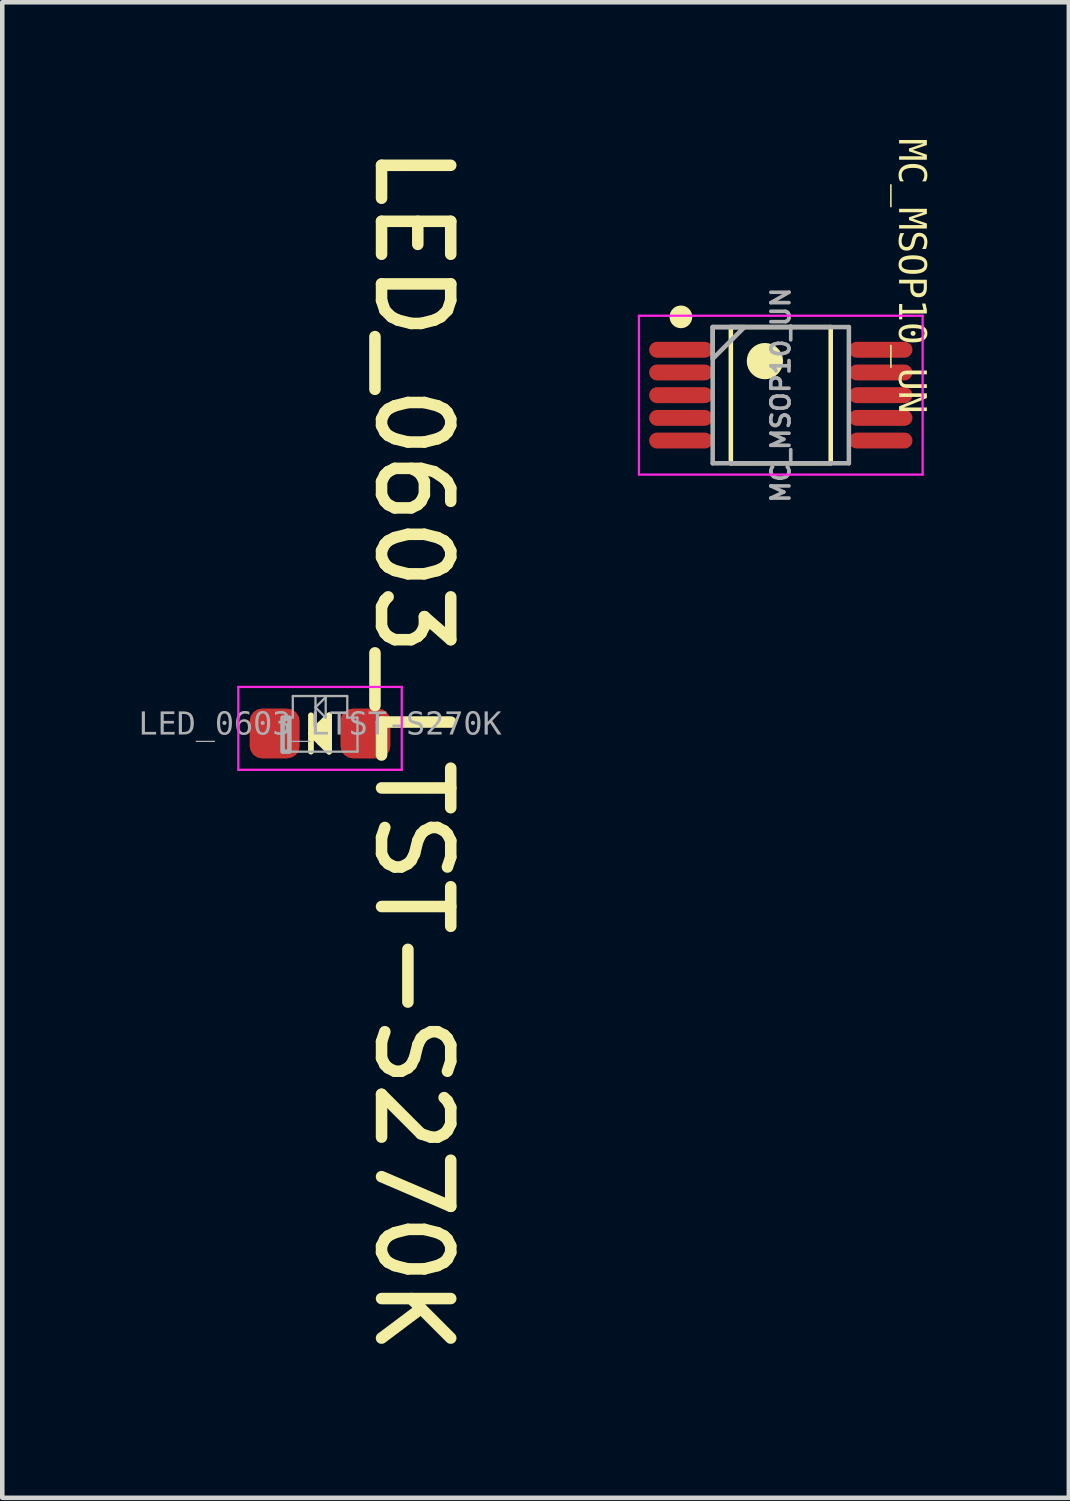
<source format=kicad_pcb>
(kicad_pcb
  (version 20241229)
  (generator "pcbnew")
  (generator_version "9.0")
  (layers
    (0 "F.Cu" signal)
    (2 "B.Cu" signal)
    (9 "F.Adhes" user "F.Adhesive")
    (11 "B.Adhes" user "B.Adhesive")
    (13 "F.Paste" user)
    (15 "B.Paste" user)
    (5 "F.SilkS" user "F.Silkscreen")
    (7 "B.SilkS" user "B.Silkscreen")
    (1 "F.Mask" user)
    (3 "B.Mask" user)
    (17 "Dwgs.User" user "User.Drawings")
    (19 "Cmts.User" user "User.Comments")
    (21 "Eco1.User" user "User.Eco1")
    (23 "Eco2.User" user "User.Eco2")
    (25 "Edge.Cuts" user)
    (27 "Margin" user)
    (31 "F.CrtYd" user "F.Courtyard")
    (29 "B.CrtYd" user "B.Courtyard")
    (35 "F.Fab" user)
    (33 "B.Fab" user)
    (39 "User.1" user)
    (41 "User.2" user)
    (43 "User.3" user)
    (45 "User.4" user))
  (footprint "LED_0603_LTST-S270K"
    (layer "F.Cu")
    (at 4 13.108)
    (property "Reference" "LED_0603_LTST-S270K" (at 2.047 0.365 270) (unlocked yes) (layer "F.SilkS") (effects (font (size 1.524 1.524) (thickness 0.254))))
    (fp_line (start -0.2 -0.4) (end -0.2 0.4) (stroke (width 0.127) (type solid)) (layer "F.SilkS"))
    (fp_line (start -0.2 0) (end 0.2 0.4) (stroke (width 0.127) (type solid)) (layer "F.SilkS"))
    (fp_line (start -0.1 -0.1) (end -0.1 0.1) (stroke (width 0.127) (type solid)) (layer "F.SilkS"))
    (fp_line (start 0 -0.2) (end 0 0.2) (stroke (width 0.127) (type solid)) (layer "F.SilkS"))
    (fp_line (start 0.1 -0.225) (end 0.1 0.25) (stroke (width 0.127) (type solid)) (layer "F.SilkS"))
    (fp_line (start 0.2 -0.4) (end -0.2 0) (stroke (width 0.127) (type solid)) (layer "F.SilkS"))
    (fp_line (start 0.2 -0.4) (end 0.2 0.4) (stroke (width 0.127) (type solid)) (layer "F.SilkS"))
    (fp_line (start -1.8 -1.025) (end -1.8 0.8) (stroke (width 0.05) (type solid)) (layer "F.CrtYd"))
    (fp_line (start -1.8 -1.025) (end 1.8 -1.025) (stroke (width 0.05) (type solid)) (layer "F.CrtYd"))
    (fp_line (start -1.8 0.8) (end 1.8 0.8) (stroke (width 0.05) (type solid)) (layer "F.CrtYd"))
    (fp_line (start 1.8 -1.025) (end 1.8 0.8) (stroke (width 0.05) (type solid)) (layer "F.CrtYd"))
    (fp_line (start -0.825 -0.35) (end -0.825 0.4) (stroke (width 0.05) (type solid)) (layer "F.Fab"))
    (fp_line (start -0.825 -0.35) (end -0.6 -0.35) (stroke (width 0.05) (type solid)) (layer "F.Fab"))
    (fp_line (start -0.825 0.4) (end 0.825 0.4) (stroke (width 0.05) (type solid)) (layer "F.Fab"))
    (fp_line (start -0.6 -0.825) (end -0.6 -0.35) (stroke (width 0.05) (type solid)) (layer "F.Fab"))
    (fp_line (start -0.6 -0.825) (end 0 -0.825) (stroke (width 0.05) (type solid)) (layer "F.Fab"))
    (fp_line (start -0.1 -0.825) (end -0.1 -0.35) (stroke (width 0.05) (type solid)) (layer "F.Fab"))
    (fp_line (start -0.1 -0.575) (end 0.125 -0.35) (stroke (width 0.05) (type solid)) (layer "F.Fab"))
    (fp_line (start 0 -0.825) (end 0.6 -0.825) (stroke (width 0.05) (type solid)) (layer "F.Fab"))
    (fp_line (start 0.125 -0.825) (end 0.125 -0.35) (stroke (width 0.05) (type solid)) (layer "F.Fab"))
    (fp_line (start 0.125 -0.8) (end -0.1 -0.575) (stroke (width 0.05) (type solid)) (layer "F.Fab"))
    (fp_line (start 0.6 -0.825) (end 0.6 -0.35) (stroke (width 0.05) (type solid)) (layer "F.Fab"))
    (fp_line (start 0.6 -0.35) (end 0.825 -0.35) (stroke (width 0.05) (type solid)) (layer "F.Fab"))
    (fp_line (start 0.825 -0.35) (end 0.825 0.4) (stroke (width 0.05) (type solid)) (layer "F.Fab"))
    (fp_rect (start -0.825 0.4) (end -0.675 -0.35) (stroke (width 0.1) (type default)) (fill no) (layer "F.Fab"))
    (fp_text user "${REFERENCE}" (at 0.000005 -0.184 0) (unlocked yes) (layer "F.Fab") (effects (font (face "Consolas") (size 0.5 0.5) (thickness 0.254))))
    (pad "1" smd roundrect (at -1 0) (size 1.1 1.1) (layers "F.Cu" "F.Mask" "F.Paste") (roundrect_rratio 0.25))
    (pad "2" smd roundrect (at 1 0) (size 1.1 1.1) (layers "F.Cu" "F.Mask" "F.Paste") (roundrect_rratio 0.25)))
  (footprint "MC_MSOP10_UN"
    (layer "F.Cu")
    (at 14.15 5.655)
    (property "Reference" "MC_MSOP10_UN" (at 2.855 -2.624 270) (unlocked yes) (layer "F.SilkS") (effects (font (face "Consolas") (size 0.6 0.6) (thickness 0.15))))
    (attr smd)
    (fp_line (start -1.1 -1.5) (end -1.1 1.5) (stroke (width 0.1) (type solid)) (layer "F.SilkS"))
    (fp_line (start -1.1 -1.5) (end 1.1 -1.5) (stroke (width 0.1) (type solid)) (layer "F.SilkS"))
    (fp_line (start -1.1 1.5) (end 1.1 1.5) (stroke (width 0.1) (type solid)) (layer "F.SilkS"))
    (fp_line (start 1.1 -1.5) (end 1.1 1.5) (stroke (width 0.1) (type solid)) (layer "F.SilkS"))
    (fp_circle (center -2.2 -1.725) (end -2.075 -1.725) (stroke (width 0.25) (type solid)) (fill no) (layer "F.SilkS"))
    (fp_circle (center -0.35 -0.75) (end -0.15 -0.75) (stroke (width 0.4) (type solid)) (fill no) (layer "F.SilkS"))
    (fp_line (start -3.125 -1.75) (end -3.125 1.75) (stroke (width 0.05) (type solid)) (layer "F.CrtYd"))
    (fp_line (start -3.125 -1.75) (end 3.125 -1.75) (stroke (width 0.05) (type solid)) (layer "F.CrtYd"))
    (fp_line (start -3.125 1.75) (end 3.125 1.75) (stroke (width 0.05) (type solid)) (layer "F.CrtYd"))
    (fp_line (start 3.125 -1.75) (end 3.125 1.75) (stroke (width 0.05) (type solid)) (layer "F.CrtYd"))
    (fp_line (start -1.5 -1.5) (end -1.5 1.5) (stroke (width 0.1) (type solid)) (layer "F.Fab"))
    (fp_line (start -1.5 -1.5) (end 1.5 -1.5) (stroke (width 0.1) (type solid)) (layer "F.Fab"))
    (fp_line (start -1.5 1.5) (end 1.5 1.5) (stroke (width 0.1) (type solid)) (layer "F.Fab"))
    (fp_line (start 1.5 -1.5) (end 1.5 1.5) (stroke (width 0.1) (type solid)) (layer "F.Fab"))
    (fp_poly (pts (xy -1.5 -0.8) (xy -0.8 -1.5) (xy -1.5 -1.5)) (stroke (width 0.1) (type default)) (fill no) (layer "F.Fab"))
    (fp_text user "${REFERENCE}" (at 0 0 90) (unlocked yes) (layer "F.Fab") (effects (font (size 0.4 0.4) (thickness 0.08) (bold yes))))
    (pad "1" smd oval (at -2.2 -1 90) (size 0.35 1.4) (layers "F.Cu" "F.Mask" "F.Paste"))
    (pad "2" smd oval (at -2.2 -0.5 90) (size 0.35 1.4) (layers "F.Cu" "F.Mask" "F.Paste"))
    (pad "3" smd oval (at -2.2 0 90) (size 0.35 1.4) (layers "F.Cu" "F.Mask" "F.Paste"))
    (pad "4" smd oval (at -2.2 0.5 90) (size 0.35 1.4) (layers "F.Cu" "F.Mask" "F.Paste"))
    (pad "5" smd oval (at -2.2 1 90) (size 0.35 1.4) (layers "F.Cu" "F.Mask" "F.Paste"))
    (pad "6" smd oval (at 2.2 1 90) (size 0.35 1.4) (layers "F.Cu" "F.Mask" "F.Paste"))
    (pad "7" smd oval (at 2.2 0.5 90) (size 0.35 1.4) (layers "F.Cu" "F.Mask" "F.Paste"))
    (pad "8" smd oval (at 2.2 0 90) (size 0.35 1.4) (layers "F.Cu" "F.Mask" "F.Paste"))
    (pad "9" smd oval (at 2.2 -0.5 90) (size 0.35 1.4) (layers "F.Cu" "F.Mask" "F.Paste"))
    (pad "10" smd oval (at 2.2 -1 90) (size 0.35 1.4) (layers "F.Cu" "F.Mask" "F.Paste")))
  (gr_rect
    (start -3 -3)
    (end 20.496 29.946)
    (stroke (width 0.1) (type default))
    (fill no)
    (layer "Edge.Cuts")))
</source>
